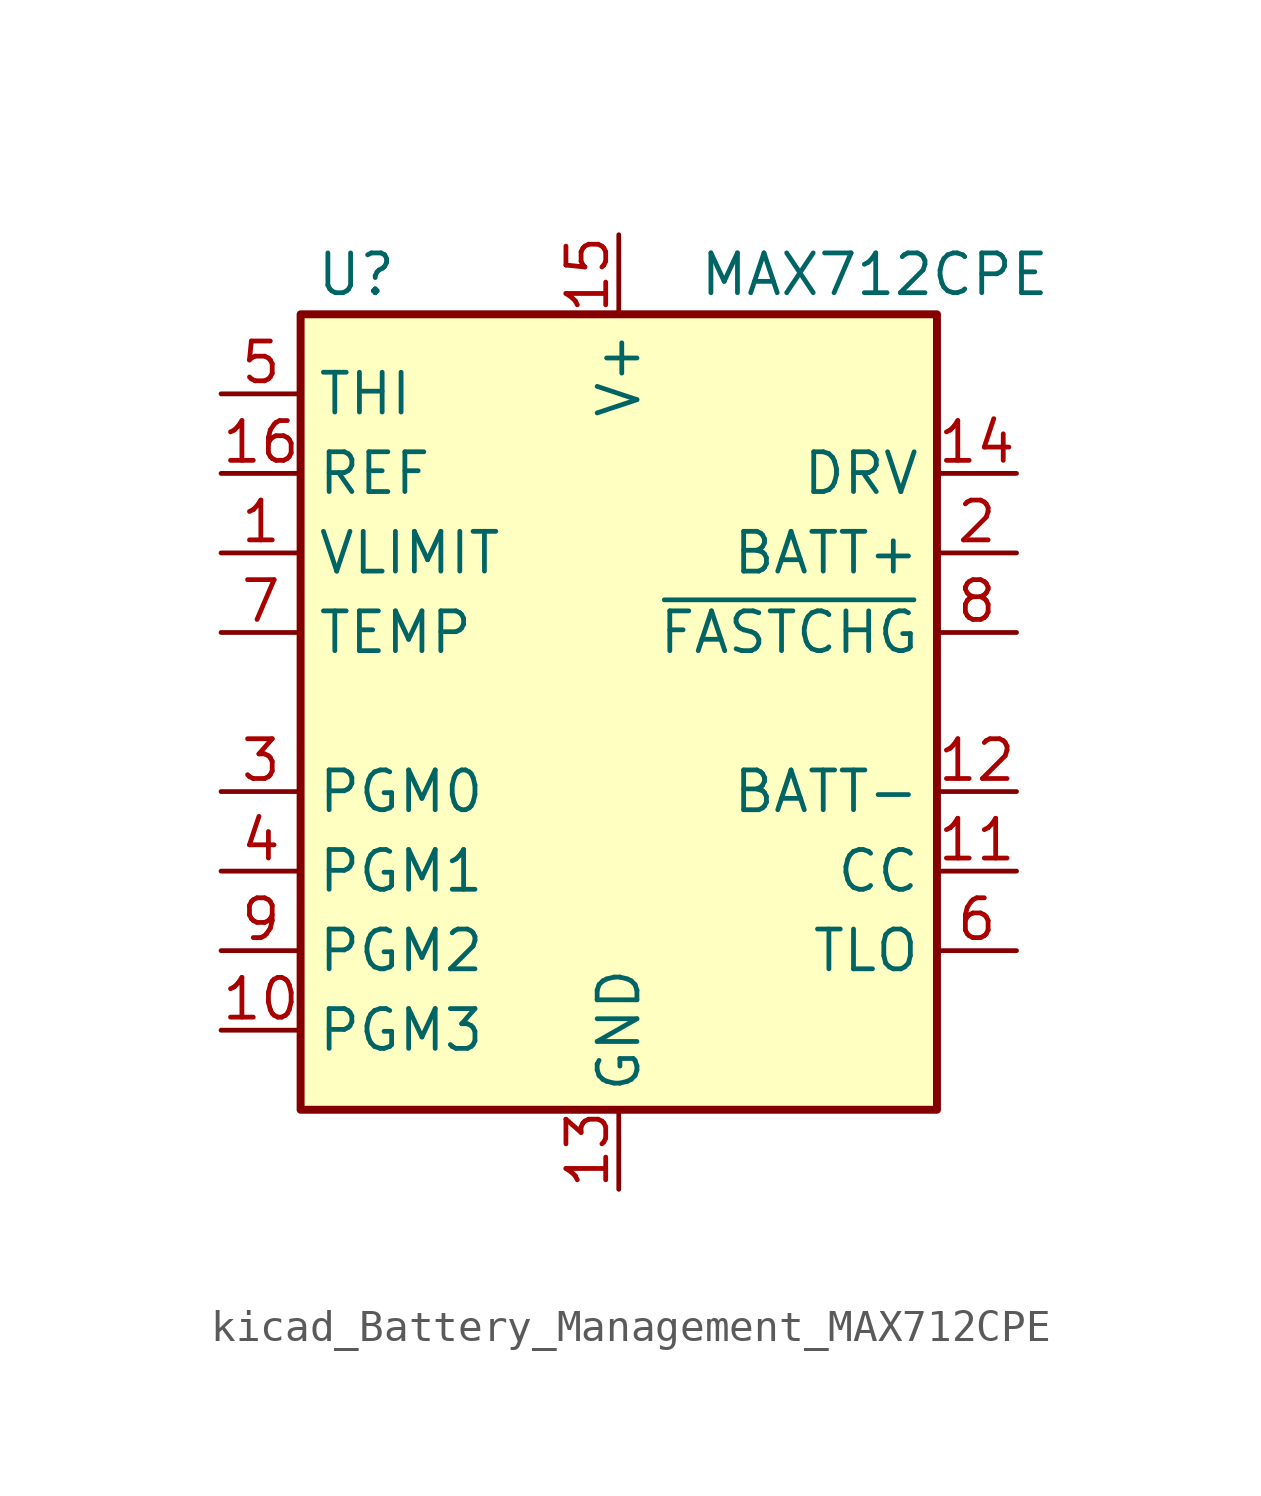
<source format=kicad_sym>
(kicad_symbol_lib
  (version 20220914)
  (generator kicad_symbol_editor)
  (symbol "kicad_Battery_Management_MAX712CPE"
    (property "Reference" "U"
      (at -8.382 13.97 0)
      (effects (font (size 1.27 1.27))))
    (property "Value" "MAX712CPE"
      (at 2.54 13.97 0)
      (effects (font (size 1.27 1.27)) (justify left)))
    (symbol "kicad_Battery_Management_MAX712CPE_0_1"
      (rectangle (start -10.16 12.7) (end 10.16 -12.7) (stroke (width 0.254) (type default)) (fill (type background))))
    (symbol "kicad_Battery_Management_MAX712CPE_1_1"
      (pin input line (at -12.7 5.08 0) (length 2.54) (name "VLIMIT" (effects (font (size 1.27 1.27)))) (number "1" (effects (font (size 1.27 1.27)))))
      (pin input line (at -12.7 -10.16 0) (length 2.54) (name "PGM3" (effects (font (size 1.27 1.27)))) (number "10" (effects (font (size 1.27 1.27)))))
      (pin input line (at 12.7 -5.08 180) (length 2.54) (name "CC" (effects (font (size 1.27 1.27)))) (number "11" (effects (font (size 1.27 1.27)))))
      (pin input line (at 12.7 -2.54 180) (length 2.54) (name "BATT-" (effects (font (size 1.27 1.27)))) (number "12" (effects (font (size 1.27 1.27)))))
      (pin power_in line (at 0 -15.24 90) (length 2.54) (name "GND" (effects (font (size 1.27 1.27)))) (number "13" (effects (font (size 1.27 1.27)))))
      (pin output line (at 12.7 7.62 180) (length 2.54) (name "DRV" (effects (font (size 1.27 1.27)))) (number "14" (effects (font (size 1.27 1.27)))))
      (pin power_in line (at 0 15.24 270) (length 2.54) (name "V+" (effects (font (size 1.27 1.27)))) (number "15" (effects (font (size 1.27 1.27)))))
      (pin power_in line (at -12.7 7.62 0) (length 2.54) (name "REF" (effects (font (size 1.27 1.27)))) (number "16" (effects (font (size 1.27 1.27)))))
      (pin input line (at 12.7 5.08 180) (length 2.54) (name "BATT+" (effects (font (size 1.27 1.27)))) (number "2" (effects (font (size 1.27 1.27)))))
      (pin input line (at -12.7 -2.54 0) (length 2.54) (name "PGM0" (effects (font (size 1.27 1.27)))) (number "3" (effects (font (size 1.27 1.27)))))
      (pin input line (at -12.7 -5.08 0) (length 2.54) (name "PGM1" (effects (font (size 1.27 1.27)))) (number "4" (effects (font (size 1.27 1.27)))))
      (pin input line (at -12.7 10.16 0) (length 2.54) (name "THI" (effects (font (size 1.27 1.27)))) (number "5" (effects (font (size 1.27 1.27)))))
      (pin input line (at 12.7 -7.62 180) (length 2.54) (name "TLO" (effects (font (size 1.27 1.27)))) (number "6" (effects (font (size 1.27 1.27)))))
      (pin input line (at -12.7 2.54 0) (length 2.54) (name "TEMP" (effects (font (size 1.27 1.27)))) (number "7" (effects (font (size 1.27 1.27)))))
      (pin open_collector line (at 12.7 2.54 180) (length 2.54) (name "~{FASTCHG}" (effects (font (size 1.27 1.27)))) (number "8" (effects (font (size 1.27 1.27)))))
      (pin input line (at -12.7 -7.62 0) (length 2.54) (name "PGM2" (effects (font (size 1.27 1.27)))) (number "9" (effects (font (size 1.27 1.27))))))))
</source>
